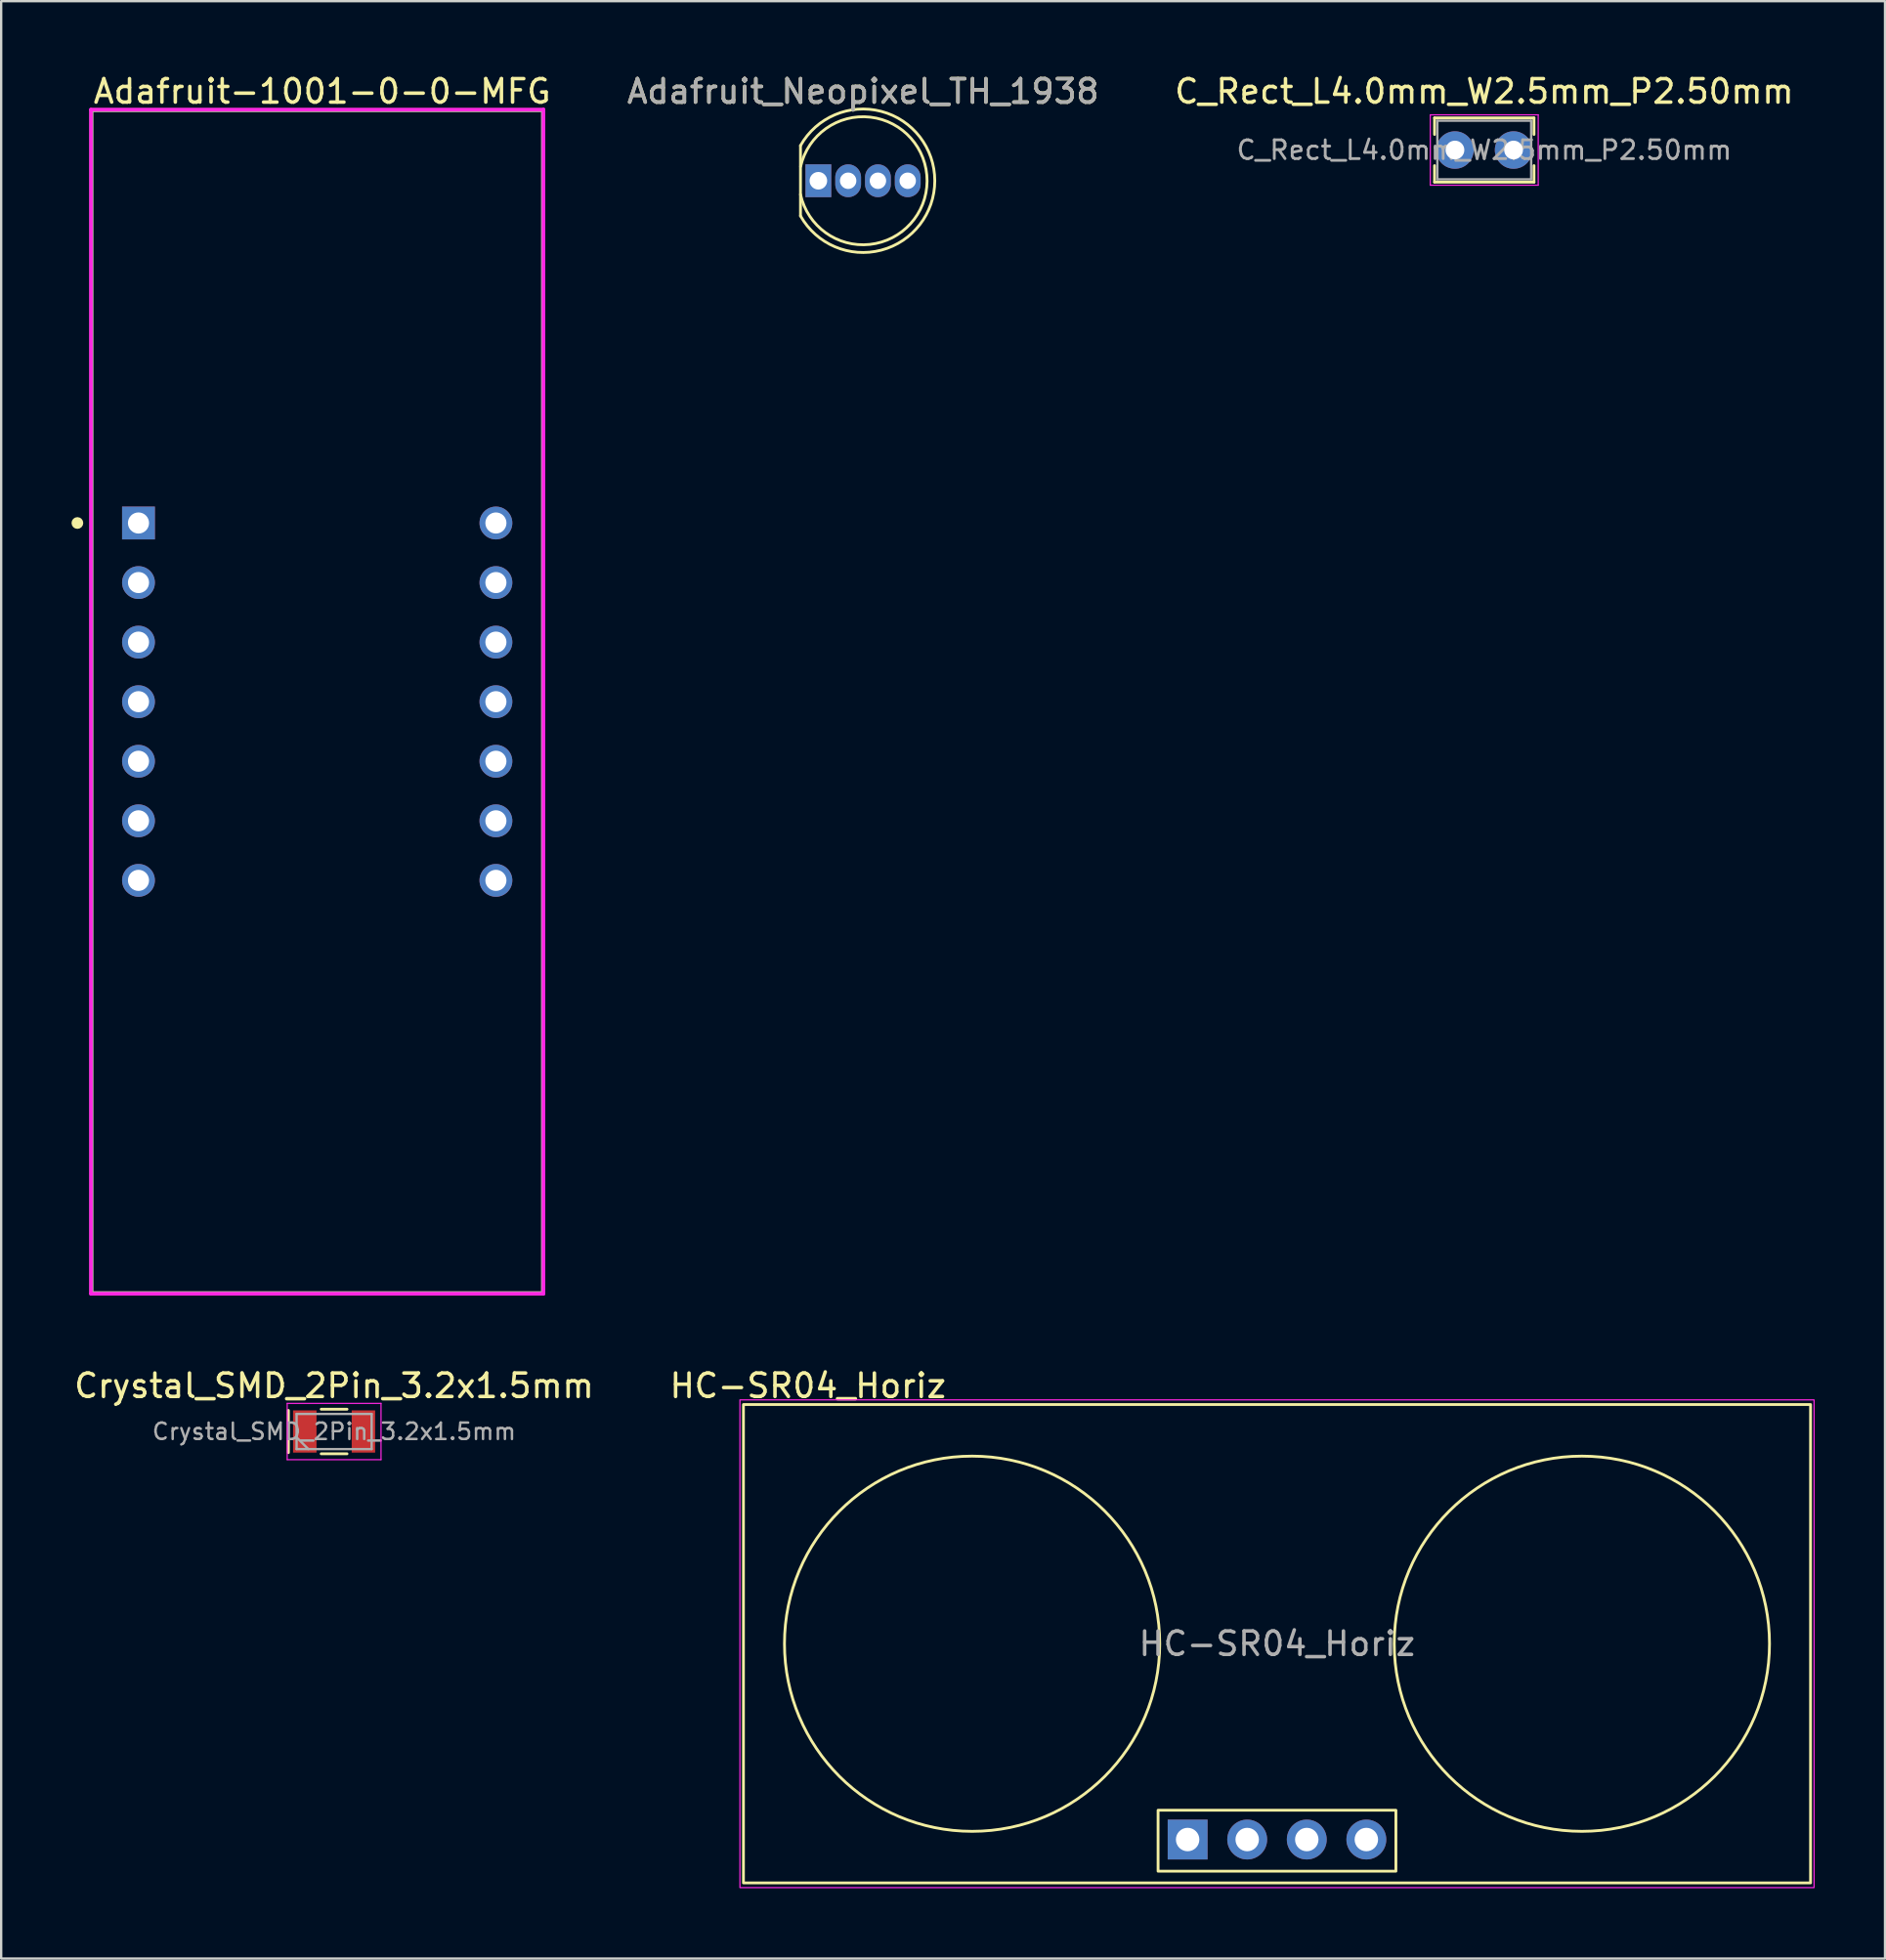
<source format=kicad_pcb>
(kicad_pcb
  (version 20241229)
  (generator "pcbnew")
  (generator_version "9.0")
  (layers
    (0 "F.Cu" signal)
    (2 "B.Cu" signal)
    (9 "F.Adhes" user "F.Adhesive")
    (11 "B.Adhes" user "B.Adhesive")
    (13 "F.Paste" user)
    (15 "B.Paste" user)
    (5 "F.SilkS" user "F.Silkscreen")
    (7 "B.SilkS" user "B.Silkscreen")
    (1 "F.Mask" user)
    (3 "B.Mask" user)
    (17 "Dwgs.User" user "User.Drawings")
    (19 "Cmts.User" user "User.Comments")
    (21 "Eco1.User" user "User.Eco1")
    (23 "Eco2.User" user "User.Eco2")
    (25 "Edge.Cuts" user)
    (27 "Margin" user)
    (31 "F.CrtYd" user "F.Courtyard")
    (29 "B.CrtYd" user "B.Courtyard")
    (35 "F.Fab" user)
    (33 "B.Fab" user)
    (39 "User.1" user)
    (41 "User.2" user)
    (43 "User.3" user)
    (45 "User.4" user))
  (footprint "C_Rect_L4.0mm_W2.5mm_P2.50mm"
    (layer "F.Cu")
    (at 58.987 3.348)
    (property "Reference" "C_Rect_L4.0mm_W2.5mm_P2.50mm" (at 1.25 -2.5 0) (layer "F.SilkS") (effects (font (size 1 1) (thickness 0.15))))
    (attr smd)
    (fp_line (start -0.87 -1.37) (end -0.87 -0.665) (stroke (width 0.12) (type solid)) (layer "F.SilkS"))
    (fp_line (start -0.87 -1.37) (end 3.37 -1.37) (stroke (width 0.12) (type solid)) (layer "F.SilkS"))
    (fp_line (start -0.87 0.665) (end -0.87 1.37) (stroke (width 0.12) (type solid)) (layer "F.SilkS"))
    (fp_line (start -0.87 1.37) (end 3.37 1.37) (stroke (width 0.12) (type solid)) (layer "F.SilkS"))
    (fp_line (start 3.37 -1.37) (end 3.37 -0.665) (stroke (width 0.12) (type solid)) (layer "F.SilkS"))
    (fp_line (start 3.37 0.665) (end 3.37 1.37) (stroke (width 0.12) (type solid)) (layer "F.SilkS"))
    (fp_line (start -1.05 -1.5) (end -1.05 1.5) (stroke (width 0.05) (type solid)) (layer "F.CrtYd"))
    (fp_line (start -1.05 1.5) (end 3.55 1.5) (stroke (width 0.05) (type solid)) (layer "F.CrtYd"))
    (fp_line (start 3.55 -1.5) (end -1.05 -1.5) (stroke (width 0.05) (type solid)) (layer "F.CrtYd"))
    (fp_line (start 3.55 1.5) (end 3.55 -1.5) (stroke (width 0.05) (type solid)) (layer "F.CrtYd"))
    (fp_line (start -0.75 -1.25) (end -0.75 1.25) (stroke (width 0.1) (type solid)) (layer "F.Fab"))
    (fp_line (start -0.75 1.25) (end 3.25 1.25) (stroke (width 0.1) (type solid)) (layer "F.Fab"))
    (fp_line (start 3.25 -1.25) (end -0.75 -1.25) (stroke (width 0.1) (type solid)) (layer "F.Fab"))
    (fp_line (start 3.25 1.25) (end 3.25 -1.25) (stroke (width 0.1) (type solid)) (layer "F.Fab"))
    (fp_text user "${REFERENCE}" (at 1.25 0 0) (layer "F.Fab") (effects (font (size 0.8 0.8) (thickness 0.12))))
    (pad "1" thru_hole circle (at 0 0) (size 1.6 1.6) (drill 0.8) (layers "*.Cu" "*.Mask"))
    (pad "2" thru_hole circle (at 2.5 0) (size 1.6 1.6) (drill 0.8) (layers "*.Cu" "*.Mask")))
  (footprint "Crystal_SMD_2Pin_3.2x1.5mm"
    (layer "F.Cu")
    (at 11.196 57.996)
    (property "Reference" "Crystal_SMD_2Pin_3.2x1.5mm" (at 0 -1.95 0) (layer "F.SilkS") (effects (font (size 1 1) (thickness 0.15))))
    (attr smd)
    (fp_line (start -1.95 -0.9) (end -1.95 0.9) (stroke (width 0.12) (type solid)) (layer "F.SilkS"))
    (fp_line (start -0.55 -0.95) (end 0.55 -0.95) (stroke (width 0.12) (type solid)) (layer "F.SilkS"))
    (fp_line (start -0.55 0.95) (end 0.55 0.95) (stroke (width 0.12) (type solid)) (layer "F.SilkS"))
    (fp_line (start -2 -1.2) (end -2 1.2) (stroke (width 0.05) (type solid)) (layer "F.CrtYd"))
    (fp_line (start -2 1.2) (end 2 1.2) (stroke (width 0.05) (type solid)) (layer "F.CrtYd"))
    (fp_line (start 2 -1.2) (end -2 -1.2) (stroke (width 0.05) (type solid)) (layer "F.CrtYd"))
    (fp_line (start 2 1.2) (end 2 -1.2) (stroke (width 0.05) (type solid)) (layer "F.CrtYd"))
    (fp_line (start -1.6 -0.75) (end -1.6 0.75) (stroke (width 0.1) (type solid)) (layer "F.Fab"))
    (fp_line (start -1.6 0.25) (end -1.1 0.75) (stroke (width 0.1) (type solid)) (layer "F.Fab"))
    (fp_line (start -1.6 0.75) (end 1.6 0.75) (stroke (width 0.1) (type solid)) (layer "F.Fab"))
    (fp_line (start 1.6 -0.75) (end -1.6 -0.75) (stroke (width 0.1) (type solid)) (layer "F.Fab"))
    (fp_line (start 1.6 0.75) (end 1.6 -0.75) (stroke (width 0.1) (type solid)) (layer "F.Fab"))
    (fp_text user "${REFERENCE}" (at 0 0 0) (layer "F.Fab") (effects (font (size 0.7 0.7) (thickness 0.105))))
    (pad "1" smd rect (at -1.25 0) (size 1 1.8) (layers "F.Cu" "F.Mask" "F.Paste"))
    (pad "2" smd rect (at 1.25 0) (size 1 1.8) (layers "F.Cu" "F.Mask" "F.Paste")))
  (footprint "Adafruit-1001-0-0-MFG"
    (layer "F.Cu")
    (at 10.475 26.873)
    (property "Reference" "Adafruit-1001-0-0-MFG" (at -9.625 -26.025 0) (layer "F.SilkS") (effects (font (size 1 1) (thickness 0.15)) (justify left)))
    (attr smd)
    (fp_line (start -9.625 -25.225) (end 9.625 -25.225) (stroke (width 0.15) (type solid)) (layer "F.SilkS"))
    (fp_line (start -9.625 25.225) (end -9.625 -25.225) (stroke (width 0.15) (type solid)) (layer "F.SilkS"))
    (fp_line (start -9.625 25.225) (end 9.625 25.225) (stroke (width 0.15) (type solid)) (layer "F.SilkS"))
    (fp_line (start 9.625 25.225) (end 9.625 -25.225) (stroke (width 0.15) (type solid)) (layer "F.SilkS"))
    (fp_circle (center -10.225 -7.62) (end -10.1 -7.62) (stroke (width 0.25) (type solid)) (fill no) (layer "F.SilkS"))
    (fp_line (start -9.65 -25.25) (end -9.65 25.25) (stroke (width 0.15) (type solid)) (layer "F.CrtYd"))
    (fp_line (start -9.65 25.25) (end 9.65 25.25) (stroke (width 0.15) (type solid)) (layer "F.CrtYd"))
    (fp_line (start 9.65 -25.25) (end -9.65 -25.25) (stroke (width 0.15) (type solid)) (layer "F.CrtYd"))
    (fp_line (start 9.65 -25.25) (end 9.65 -25.25) (stroke (width 0.15) (type solid)) (layer "F.CrtYd"))
    (fp_line (start 9.65 25.25) (end 9.65 -25.25) (stroke (width 0.15) (type solid)) (layer "F.CrtYd"))
    (fp_line (start -9.625 -25.225) (end 9.625 -25.225) (stroke (width 0.15) (type solid)) (layer "F.Fab"))
    (fp_line (start -9.625 25.225) (end -9.625 -25.225) (stroke (width 0.15) (type solid)) (layer "F.Fab"))
    (fp_line (start 9.625 -25.225) (end 9.625 25.225) (stroke (width 0.15) (type solid)) (layer "F.Fab"))
    (fp_line (start 9.625 25.225) (end -9.625 25.225) (stroke (width 0.15) (type solid)) (layer "F.Fab"))
    (pad "1" thru_hole rect (at -7.62 -7.62) (size 1.4 1.4) (drill 0.9) (layers "*.Cu" "*.Mask"))
    (pad "2" thru_hole circle (at -7.62 -5.08) (size 1.4 1.4) (drill 0.9) (layers "*.Cu" "*.Mask"))
    (pad "3" thru_hole circle (at -7.62 -2.54) (size 1.4 1.4) (drill 0.9) (layers "*.Cu" "*.Mask"))
    (pad "4" thru_hole circle (at -7.62 0) (size 1.4 1.4) (drill 0.9) (layers "*.Cu" "*.Mask"))
    (pad "5" thru_hole circle (at -7.62 2.54) (size 1.4 1.4) (drill 0.9) (layers "*.Cu" "*.Mask"))
    (pad "6" thru_hole circle (at -7.62 5.08) (size 1.4 1.4) (drill 0.9) (layers "*.Cu" "*.Mask"))
    (pad "7" thru_hole circle (at -7.62 7.62) (size 1.4 1.4) (drill 0.9) (layers "*.Cu" "*.Mask"))
    (pad "8" thru_hole circle (at 7.62 7.62) (size 1.4 1.4) (drill 0.9) (layers "*.Cu" "*.Mask"))
    (pad "9" thru_hole circle (at 7.62 5.08) (size 1.4 1.4) (drill 0.9) (layers "*.Cu" "*.Mask"))
    (pad "10" thru_hole circle (at 7.62 2.54) (size 1.4 1.4) (drill 0.9) (layers "*.Cu" "*.Mask"))
    (pad "11" thru_hole circle (at 7.62 0) (size 1.4 1.4) (drill 0.9) (layers "*.Cu" "*.Mask"))
    (pad "12" thru_hole circle (at 7.62 -2.54) (size 1.4 1.4) (drill 0.9) (layers "*.Cu" "*.Mask"))
    (pad "13" thru_hole circle (at 7.62 -5.08) (size 1.4 1.4) (drill 0.9) (layers "*.Cu" "*.Mask"))
    (pad "14" thru_hole circle (at 7.62 -7.62) (size 1.4 1.4) (drill 0.9) (layers "*.Cu" "*.Mask")))
  (footprint "Adafruit_Neopixel_TH_1938"
    (layer "F.Cu")
    (at 31.844 4.658)
    (property "Reference" "Adafruit_Neopixel_TH_1938" (at 1.905 -3.81 180) (layer "F.SilkS") (effects (font (size 1 1) (thickness 0.15))))
    (attr smd)
    (fp_line (start -0.762 -1.499) (end -0.762 1.499) (stroke (width 0.12) (type solid)) (layer "F.SilkS"))
    (fp_arc (start -0.762 -1.4986) (mid 4.964198 0) (end -0.762 1.4986) (stroke (width 0.12) (type solid)) (layer "F.SilkS"))
    (fp_arc (start -0.756592 -0.608364) (mid 4.635206 0.012381) (end -0.762 0.5842) (stroke (width 0.12) (type solid)) (layer "F.SilkS"))
    (fp_text user "${REFERENCE}" (at 1.905 -3.81 180) (layer "F.Fab") (effects (font (size 1 1) (thickness 0.15))))
    (pad "1" thru_hole rect (at 0 0 90) (size 1.4 1.1) (drill 0.75) (layers "*.Cu" "*.Mask"))
    (pad "2" thru_hole oval (at 1.27 0 90) (size 1.4 1.1) (drill 0.7) (layers "*.Cu" "*.Mask"))
    (pad "3" thru_hole oval (at 2.54 0 90) (size 1.4 1.1) (drill 0.7) (layers "*.Cu" "*.Mask"))
    (pad "4" thru_hole oval (at 3.81 0 90) (size 1.4 1.1) (drill 0.7) (layers "*.Cu" "*.Mask")))
  (footprint "HC-SR04_Horiz"
    (layer "F.Cu")
    (at 51.399 67.046)
    (property "Reference" "HC-SR04_Horiz" (at -20 -11 0) (layer "F.SilkS") (effects (font (size 1 1) (thickness 0.15))))
    (attr smd)
    (fp_rect (start -22.75 -10.2) (end 22.75 10.2) (stroke (width 0.12) (type solid)) (fill no) (layer "F.SilkS"))
    (fp_rect (start -5.07 7.1) (end 5.07 9.7) (stroke (width 0.12) (type solid)) (fill no) (layer "F.SilkS"))
    (fp_circle (center -13 0) (end -5 0) (stroke (width 0.12) (type solid)) (fill no) (layer "F.SilkS"))
    (fp_circle (center 13 0) (end 21 0) (stroke (width 0.12) (type solid)) (fill no) (layer "F.SilkS"))
    (fp_rect (start -22.9 -10.4) (end 22.9 10.4) (stroke (width 0.05) (type solid)) (fill no) (layer "F.CrtYd"))
    (fp_text user "${REFERENCE}" (at 0 0 180) (layer "F.Fab") (effects (font (size 1 1) (thickness 0.15))))
    (pad "1" thru_hole rect (at -3.81 8.35 90) (size 1.7 1.7) (drill 1) (layers "*.Cu" "*.Mask"))
    (pad "2" thru_hole oval (at -1.27 8.35 90) (size 1.7 1.7) (drill 1) (layers "*.Cu" "*.Mask"))
    (pad "3" thru_hole oval (at 1.27 8.35 90) (size 1.7 1.7) (drill 1) (layers "*.Cu" "*.Mask"))
    (pad "4" thru_hole oval (at 3.81 8.35 90) (size 1.7 1.7) (drill 1) (layers "*.Cu" "*.Mask")))
  (gr_rect
    (start -3 -3)
    (end 77.324 80.472)
    (stroke (width 0.1) (type default))
    (fill no)
    (layer "Edge.Cuts")))
</source>
